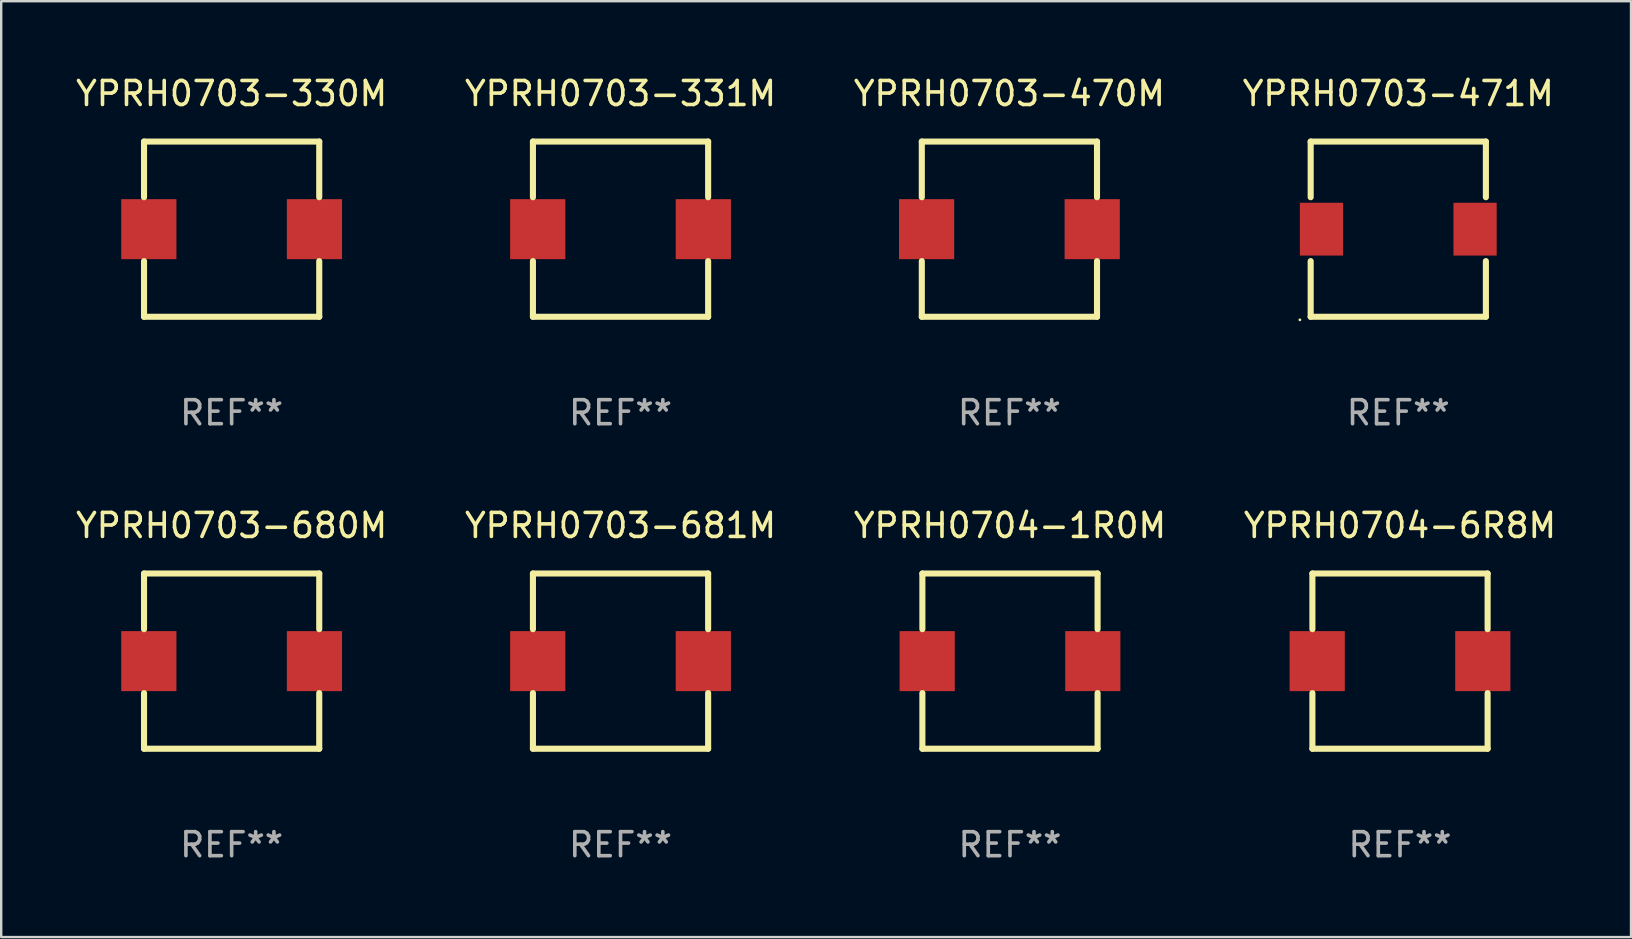
<source format=kicad_pcb>
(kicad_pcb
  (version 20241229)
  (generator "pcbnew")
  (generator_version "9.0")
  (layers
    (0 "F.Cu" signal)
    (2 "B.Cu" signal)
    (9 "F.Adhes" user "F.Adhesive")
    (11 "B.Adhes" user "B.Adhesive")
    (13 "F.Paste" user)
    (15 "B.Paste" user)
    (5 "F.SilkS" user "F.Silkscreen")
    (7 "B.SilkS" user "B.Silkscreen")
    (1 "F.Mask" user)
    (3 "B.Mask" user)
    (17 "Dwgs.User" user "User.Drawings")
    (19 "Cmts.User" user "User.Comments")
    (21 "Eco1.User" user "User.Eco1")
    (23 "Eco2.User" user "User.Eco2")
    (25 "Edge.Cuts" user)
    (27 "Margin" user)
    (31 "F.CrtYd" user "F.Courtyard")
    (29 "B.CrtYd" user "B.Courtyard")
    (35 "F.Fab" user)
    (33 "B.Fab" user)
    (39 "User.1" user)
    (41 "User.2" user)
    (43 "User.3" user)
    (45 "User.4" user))
  (footprint "YPRH0703-470M"
    (layer "F.Cu")
    (at 39.006 6.498)
    (property "Reference" "YPRH0703-470M" (at 0 -5.65 0) (layer "F.SilkS") (effects (font (size 1 1) (thickness 0.15))))
    (attr through_hole)
    (fp_line (start -3.65 -3.65) (end 3.65 -3.65) (stroke (width 0.254) (type solid)) (layer "F.SilkS"))
    (fp_line (start -3.65 -1.331) (end -3.65 -3.65) (stroke (width 0.254) (type solid)) (layer "F.SilkS"))
    (fp_line (start -3.65 3.65) (end -3.65 1.331) (stroke (width 0.254) (type solid)) (layer "F.SilkS"))
    (fp_line (start 3.65 -3.65) (end 3.65 -1.331) (stroke (width 0.254) (type solid)) (layer "F.SilkS"))
    (fp_line (start 3.65 1.331) (end 3.65 3.65) (stroke (width 0.254) (type solid)) (layer "F.SilkS"))
    (fp_line (start 3.65 3.65) (end -3.65 3.65) (stroke (width 0.254) (type solid)) (layer "F.SilkS"))
    (fp_circle (center -3.65 3.65) (end -3.62 3.65) (stroke (width 0.06) (type solid)) (fill no) (layer "F.SilkS"))
    (fp_text user "REF**" (at 0 7.65 0) (layer "F.Fab") (effects (font (size 1 1) (thickness 0.15))))
    (pad "1" smd rect (at -3.45 0) (size 2.3 2.5) (layers "F.Cu" "F.Mask" "F.Paste"))
    (pad "2" smd rect (at 3.45 0) (size 2.3 2.5) (layers "F.Cu" "F.Mask" "F.Paste")))
  (footprint "YPRH0704-1R0M"
    (layer "F.Cu")
    (at 39.03 24.495)
    (property "Reference" "YPRH0704-1R0M" (at 0 -5.65 0) (layer "F.SilkS") (effects (font (size 1 1) (thickness 0.15))))
    (attr through_hole)
    (fp_line (start -3.65 -3.65) (end 3.65 -3.65) (stroke (width 0.254) (type solid)) (layer "F.SilkS"))
    (fp_line (start -3.65 -1.331) (end -3.65 -3.65) (stroke (width 0.254) (type solid)) (layer "F.SilkS"))
    (fp_line (start -3.65 3.65) (end -3.65 1.331) (stroke (width 0.254) (type solid)) (layer "F.SilkS"))
    (fp_line (start 3.65 -3.65) (end 3.65 -1.331) (stroke (width 0.254) (type solid)) (layer "F.SilkS"))
    (fp_line (start 3.65 1.331) (end 3.65 3.65) (stroke (width 0.254) (type solid)) (layer "F.SilkS"))
    (fp_line (start 3.65 3.65) (end -3.65 3.65) (stroke (width 0.254) (type solid)) (layer "F.SilkS"))
    (fp_circle (center -3.65 3.65) (end -3.62 3.65) (stroke (width 0.06) (type solid)) (fill no) (layer "F.SilkS"))
    (fp_text user "REF**" (at 0 7.65 0) (layer "F.Fab") (effects (font (size 1 1) (thickness 0.15))))
    (pad "1" smd rect (at -3.45 0) (size 2.3 2.5) (layers "F.Cu" "F.Mask" "F.Paste"))
    (pad "2" smd rect (at 3.45 0) (size 2.3 2.5) (layers "F.Cu" "F.Mask" "F.Paste")))
  (footprint "YPRH0703-331M"
    (layer "F.Cu")
    (at 22.804 6.498)
    (property "Reference" "YPRH0703-331M" (at 0 -5.65 0) (layer "F.SilkS") (effects (font (size 1 1) (thickness 0.15))))
    (attr through_hole)
    (fp_line (start -3.65 -3.65) (end 3.65 -3.65) (stroke (width 0.254) (type solid)) (layer "F.SilkS"))
    (fp_line (start -3.65 -1.331) (end -3.65 -3.65) (stroke (width 0.254) (type solid)) (layer "F.SilkS"))
    (fp_line (start -3.65 3.65) (end -3.65 1.331) (stroke (width 0.254) (type solid)) (layer "F.SilkS"))
    (fp_line (start 3.65 -3.65) (end 3.65 -1.331) (stroke (width 0.254) (type solid)) (layer "F.SilkS"))
    (fp_line (start 3.65 1.331) (end 3.65 3.65) (stroke (width 0.254) (type solid)) (layer "F.SilkS"))
    (fp_line (start 3.65 3.65) (end -3.65 3.65) (stroke (width 0.254) (type solid)) (layer "F.SilkS"))
    (fp_circle (center -3.65 3.65) (end -3.62 3.65) (stroke (width 0.06) (type solid)) (fill no) (layer "F.SilkS"))
    (fp_text user "REF**" (at 0 7.65 0) (layer "F.Fab") (effects (font (size 1 1) (thickness 0.15))))
    (pad "1" smd rect (at -3.45 0) (size 2.3 2.5) (layers "F.Cu" "F.Mask" "F.Paste"))
    (pad "2" smd rect (at 3.45 0) (size 2.3 2.5) (layers "F.Cu" "F.Mask" "F.Paste")))
  (footprint "YPRH0703-681M"
    (layer "F.Cu")
    (at 22.804 24.495)
    (property "Reference" "YPRH0703-681M" (at 0 -5.65 0) (layer "F.SilkS") (effects (font (size 1 1) (thickness 0.15))))
    (attr through_hole)
    (fp_line (start -3.65 -3.65) (end 3.65 -3.65) (stroke (width 0.254) (type solid)) (layer "F.SilkS"))
    (fp_line (start -3.65 -1.331) (end -3.65 -3.65) (stroke (width 0.254) (type solid)) (layer "F.SilkS"))
    (fp_line (start -3.65 3.65) (end -3.65 1.331) (stroke (width 0.254) (type solid)) (layer "F.SilkS"))
    (fp_line (start 3.65 -3.65) (end 3.65 -1.331) (stroke (width 0.254) (type solid)) (layer "F.SilkS"))
    (fp_line (start 3.65 1.331) (end 3.65 3.65) (stroke (width 0.254) (type solid)) (layer "F.SilkS"))
    (fp_line (start 3.65 3.65) (end -3.65 3.65) (stroke (width 0.254) (type solid)) (layer "F.SilkS"))
    (fp_circle (center -3.65 3.65) (end -3.62 3.65) (stroke (width 0.06) (type solid)) (fill no) (layer "F.SilkS"))
    (fp_text user "REF**" (at 0 7.65 0) (layer "F.Fab") (effects (font (size 1 1) (thickness 0.15))))
    (pad "1" smd rect (at -3.45 0) (size 2.3 2.5) (layers "F.Cu" "F.Mask" "F.Paste"))
    (pad "2" smd rect (at 3.45 0) (size 2.3 2.5) (layers "F.Cu" "F.Mask" "F.Paste")))
  (footprint "YPRH0703-680M"
    (layer "F.Cu")
    (at 6.601 24.495)
    (property "Reference" "YPRH0703-680M" (at 0 -5.65 0) (layer "F.SilkS") (effects (font (size 1 1) (thickness 0.15))))
    (attr through_hole)
    (fp_line (start -3.65 -3.65) (end 3.65 -3.65) (stroke (width 0.254) (type solid)) (layer "F.SilkS"))
    (fp_line (start -3.65 -1.331) (end -3.65 -3.65) (stroke (width 0.254) (type solid)) (layer "F.SilkS"))
    (fp_line (start -3.65 3.65) (end -3.65 1.331) (stroke (width 0.254) (type solid)) (layer "F.SilkS"))
    (fp_line (start 3.65 -3.65) (end 3.65 -1.331) (stroke (width 0.254) (type solid)) (layer "F.SilkS"))
    (fp_line (start 3.65 1.331) (end 3.65 3.65) (stroke (width 0.254) (type solid)) (layer "F.SilkS"))
    (fp_line (start 3.65 3.65) (end -3.65 3.65) (stroke (width 0.254) (type solid)) (layer "F.SilkS"))
    (fp_circle (center -3.65 3.65) (end -3.62 3.65) (stroke (width 0.06) (type solid)) (fill no) (layer "F.SilkS"))
    (fp_text user "REF**" (at 0 7.65 0) (layer "F.Fab") (effects (font (size 1 1) (thickness 0.15))))
    (pad "1" smd rect (at -3.45 0) (size 2.3 2.5) (layers "F.Cu" "F.Mask" "F.Paste"))
    (pad "2" smd rect (at 3.45 0) (size 2.3 2.5) (layers "F.Cu" "F.Mask" "F.Paste")))
  (footprint "YPRH0703-330M"
    (layer "F.Cu")
    (at 6.601 6.498)
    (property "Reference" "YPRH0703-330M" (at 0 -5.65 0) (layer "F.SilkS") (effects (font (size 1 1) (thickness 0.15))))
    (attr through_hole)
    (fp_line (start -3.65 -3.65) (end 3.65 -3.65) (stroke (width 0.254) (type solid)) (layer "F.SilkS"))
    (fp_line (start -3.65 -1.331) (end -3.65 -3.65) (stroke (width 0.254) (type solid)) (layer "F.SilkS"))
    (fp_line (start -3.65 3.65) (end -3.65 1.331) (stroke (width 0.254) (type solid)) (layer "F.SilkS"))
    (fp_line (start 3.65 -3.65) (end 3.65 -1.331) (stroke (width 0.254) (type solid)) (layer "F.SilkS"))
    (fp_line (start 3.65 1.331) (end 3.65 3.65) (stroke (width 0.254) (type solid)) (layer "F.SilkS"))
    (fp_line (start 3.65 3.65) (end -3.65 3.65) (stroke (width 0.254) (type solid)) (layer "F.SilkS"))
    (fp_circle (center -3.65 3.65) (end -3.62 3.65) (stroke (width 0.06) (type solid)) (fill no) (layer "F.SilkS"))
    (fp_text user "REF**" (at 0 7.65 0) (layer "F.Fab") (effects (font (size 1 1) (thickness 0.15))))
    (pad "1" smd rect (at -3.45 0) (size 2.3 2.5) (layers "F.Cu" "F.Mask" "F.Paste"))
    (pad "2" smd rect (at 3.45 0) (size 2.3 2.5) (layers "F.Cu" "F.Mask" "F.Paste")))
  (footprint "YPRH0703-471M"
    (layer "F.Cu")
    (at 55.208 6.498)
    (property "Reference" "YPRH0703-471M" (at 0 -5.65 0) (layer "F.SilkS") (effects (font (size 1 1) (thickness 0.15))))
    (attr through_hole)
    (fp_line (start -3.65 -3.65) (end 3.65 -3.65) (stroke (width 0.254) (type solid)) (layer "F.SilkS"))
    (fp_line (start -3.65 -1.331) (end -3.65 -3.65) (stroke (width 0.254) (type solid)) (layer "F.SilkS"))
    (fp_line (start -3.65 3.65) (end -3.65 1.331) (stroke (width 0.254) (type solid)) (layer "F.SilkS"))
    (fp_line (start 3.65 -3.65) (end 3.65 -1.331) (stroke (width 0.254) (type solid)) (layer "F.SilkS"))
    (fp_line (start 3.65 1.331) (end 3.65 3.65) (stroke (width 0.254) (type solid)) (layer "F.SilkS"))
    (fp_line (start 3.65 3.65) (end -3.65 3.65) (stroke (width 0.254) (type solid)) (layer "F.SilkS"))
    (fp_circle (center -4.1 3.777) (end -4.07 3.777) (stroke (width 0.06) (type solid)) (fill no) (layer "F.SilkS"))
    (fp_text user "REF**" (at 0 7.65 0) (layer "F.Fab") (effects (font (size 1 1) (thickness 0.15))))
    (pad "1" smd rect (at -3.2 0 90) (size 2.2 1.8) (layers "F.Cu" "F.Mask" "F.Paste"))
    (pad "2" smd rect (at 3.2 0 90) (size 2.2 1.8) (layers "F.Cu" "F.Mask" "F.Paste")))
  (footprint "YPRH0704-6R8M"
    (layer "F.Cu")
    (at 55.28 24.495)
    (property "Reference" "YPRH0704-6R8M" (at 0 -5.65 0) (layer "F.SilkS") (effects (font (size 1 1) (thickness 0.15))))
    (attr through_hole)
    (fp_line (start -3.65 -3.65) (end 3.65 -3.65) (stroke (width 0.254) (type solid)) (layer "F.SilkS"))
    (fp_line (start -3.65 -1.331) (end -3.65 -3.65) (stroke (width 0.254) (type solid)) (layer "F.SilkS"))
    (fp_line (start -3.65 3.65) (end -3.65 1.331) (stroke (width 0.254) (type solid)) (layer "F.SilkS"))
    (fp_line (start 3.65 -3.65) (end 3.65 -1.331) (stroke (width 0.254) (type solid)) (layer "F.SilkS"))
    (fp_line (start 3.65 1.331) (end 3.65 3.65) (stroke (width 0.254) (type solid)) (layer "F.SilkS"))
    (fp_line (start 3.65 3.65) (end -3.65 3.65) (stroke (width 0.254) (type solid)) (layer "F.SilkS"))
    (fp_circle (center -3.65 3.65) (end -3.62 3.65) (stroke (width 0.06) (type solid)) (fill no) (layer "F.SilkS"))
    (fp_text user "REF**" (at 0 7.65 0) (layer "F.Fab") (effects (font (size 1 1) (thickness 0.15))))
    (pad "1" smd rect (at -3.45 0) (size 2.3 2.5) (layers "F.Cu" "F.Mask" "F.Paste"))
    (pad "2" smd rect (at 3.45 0) (size 2.3 2.5) (layers "F.Cu" "F.Mask" "F.Paste")))
  (gr_rect
    (start -3 -3)
    (end 64.905 35.993)
    (stroke (width 0.1) (type default))
    (fill no)
    (layer "Edge.Cuts")))
</source>
